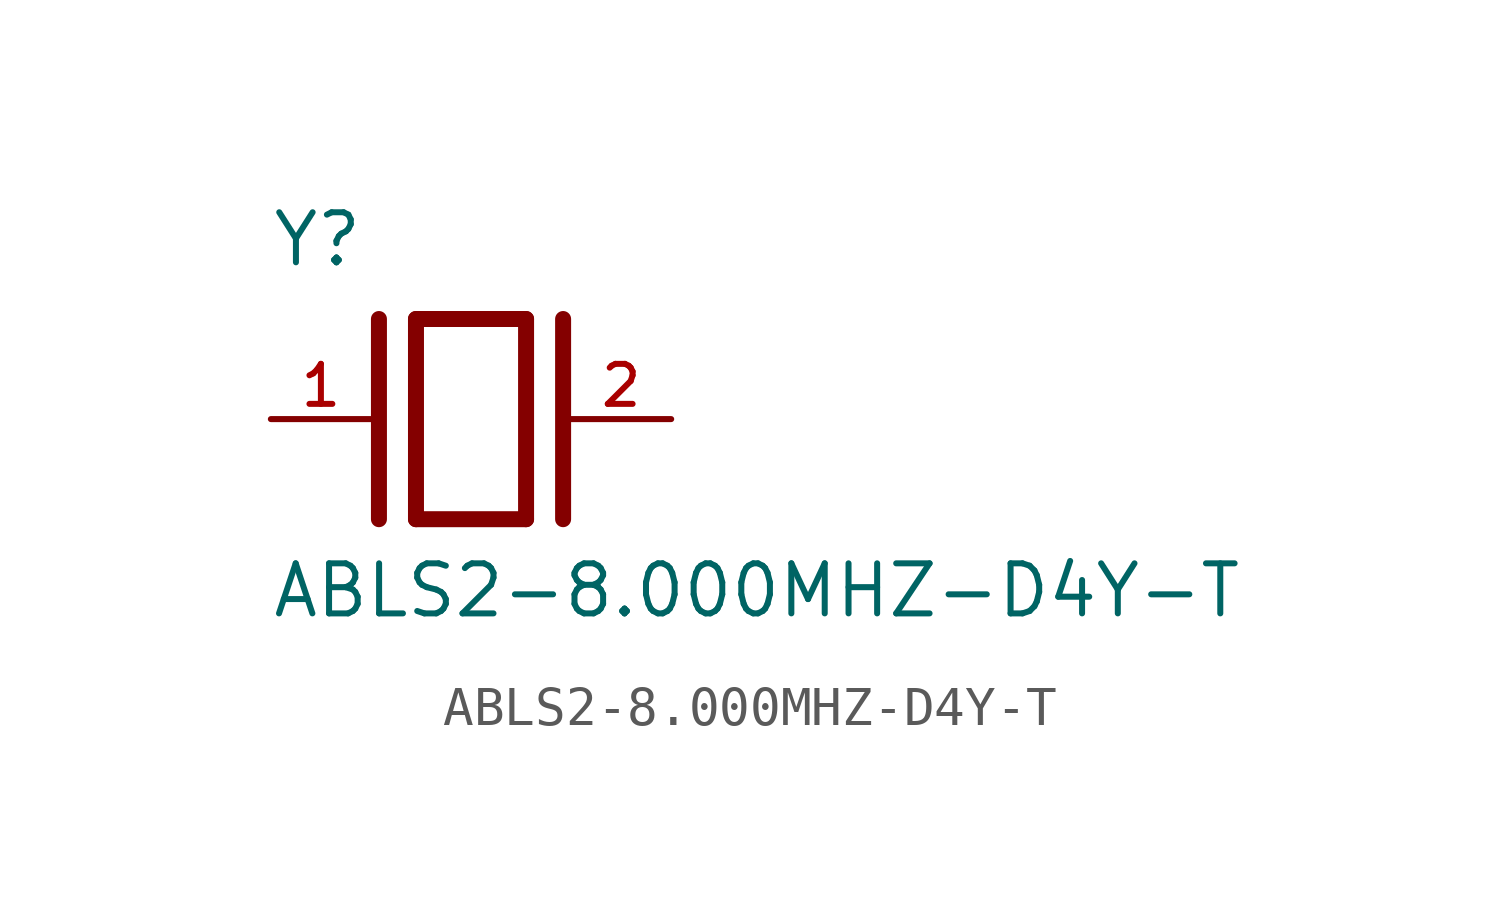
<source format=kicad_sym>
(kicad_symbol_lib
  (version 20211014)
  (generator kicad_symbol_editor)
  (symbol "ABLS2-8.000MHZ-D4Y-T"
    (pin_names
      (offset 1.016))
    (property "Reference" "Y"
      (at -5.088 3.816 0)
      (effects (font (size 1.27 1.27)) (justify bottom left)))
    (property "Value" "ABLS2-8.000MHZ-D4Y-T"
      (at -5.094 -5.094 0)
      (effects (font (size 1.27 1.27)) (justify bottom left)))
    (symbol "ABLS2-8.000MHZ-D4Y-T_0_0"
      (polyline (pts (xy -1.397 2.54) (xy 1.397 2.54)) (stroke (width 0.406)))
      (polyline (pts (xy 1.397 2.54) (xy 1.397 -2.54)) (stroke (width 0.406)))
      (polyline (pts (xy 1.397 -2.54) (xy -1.397 -2.54)) (stroke (width 0.406)))
      (polyline (pts (xy -1.397 2.54) (xy -1.397 -2.54)) (stroke (width 0.406)))
      (polyline (pts (xy 2.337 2.54) (xy 2.337 -2.54)) (stroke (width 0.406)))
      (polyline (pts (xy -2.337 2.54) (xy -2.337 -2.54)) (stroke (width 0.406)))
      (pin passive line (at 5.08 0.0 180.0) (length 2.54) (name "~" (effects (font (size 1.016 1.016)))) (number "2" (effects (font (size 1.016 1.016)))))
      (pin passive line (at -5.08 0.0 0) (length 2.54) (name "~" (effects (font (size 1.016 1.016)))) (number "1" (effects (font (size 1.016 1.016))))))))
</source>
